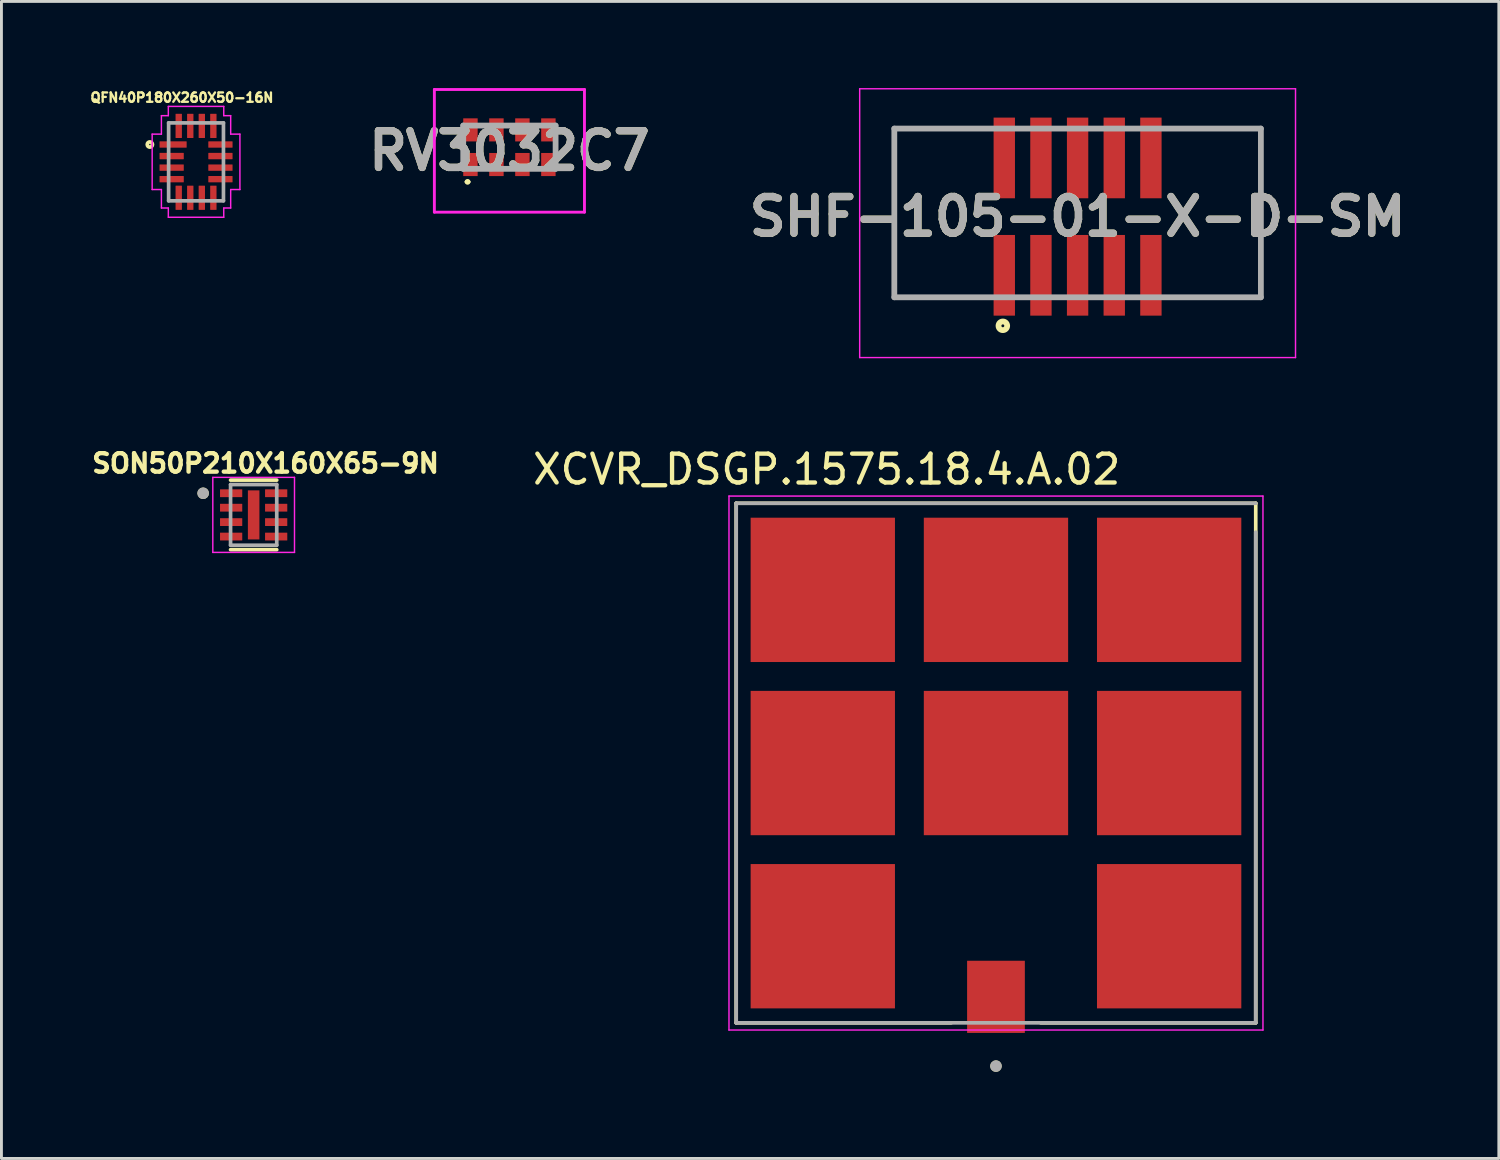
<source format=kicad_pcb>
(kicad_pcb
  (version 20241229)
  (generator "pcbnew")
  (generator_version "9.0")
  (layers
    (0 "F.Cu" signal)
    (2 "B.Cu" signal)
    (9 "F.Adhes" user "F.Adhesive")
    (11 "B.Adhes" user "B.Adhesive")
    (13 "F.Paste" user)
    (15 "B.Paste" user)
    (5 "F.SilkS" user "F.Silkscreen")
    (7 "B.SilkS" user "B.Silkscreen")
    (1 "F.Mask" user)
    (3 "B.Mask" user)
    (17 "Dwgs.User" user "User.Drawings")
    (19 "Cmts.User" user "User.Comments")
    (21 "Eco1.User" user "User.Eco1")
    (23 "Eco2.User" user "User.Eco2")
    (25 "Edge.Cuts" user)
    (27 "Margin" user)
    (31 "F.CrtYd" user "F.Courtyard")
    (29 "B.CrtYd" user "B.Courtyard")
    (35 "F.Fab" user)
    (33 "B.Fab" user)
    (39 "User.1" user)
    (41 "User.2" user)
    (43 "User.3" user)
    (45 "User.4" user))
  (footprint "RV3032C7"
    (layer "F.Cu")
    (at 14.599 2.05)
    (property "Reference" "RV3032C7" (at 0 0.125 0) (layer "F.SilkS") (effects (font (size 1.27 1.27) (thickness 0.254))))
    (attr smd)
    (fp_line (start -1.5 1.2) (end -1.5 1.2) (stroke (width 0.1) (type solid)) (layer "F.SilkS"))
    (fp_line (start -1.4 1.2) (end -1.4 1.2) (stroke (width 0.1) (type solid)) (layer "F.SilkS"))
    (fp_arc (start -1.5 1.2) (mid -1.45 1.15) (end -1.4 1.2) (stroke (width 0.1) (type solid)) (layer "F.SilkS"))
    (fp_arc (start -1.4 1.2) (mid -1.45 1.25) (end -1.5 1.2) (stroke (width 0.1) (type solid)) (layer "F.SilkS"))
    (fp_line (start -2.6 -2) (end 2.6 -2) (stroke (width 0.1) (type solid)) (layer "F.CrtYd"))
    (fp_line (start -2.6 2.25) (end -2.6 -2) (stroke (width 0.1) (type solid)) (layer "F.CrtYd"))
    (fp_line (start 2.6 -2) (end 2.6 2.25) (stroke (width 0.1) (type solid)) (layer "F.CrtYd"))
    (fp_line (start 2.6 2.25) (end -2.6 2.25) (stroke (width 0.1) (type solid)) (layer "F.CrtYd"))
    (fp_line (start -1.6 -0.75) (end 1.6 -0.75) (stroke (width 0.2) (type solid)) (layer "F.Fab"))
    (fp_line (start -1.6 0.75) (end -1.6 -0.75) (stroke (width 0.2) (type solid)) (layer "F.Fab"))
    (fp_line (start 1.6 -0.75) (end 1.6 0.75) (stroke (width 0.2) (type solid)) (layer "F.Fab"))
    (fp_line (start 1.6 0.75) (end -1.6 0.75) (stroke (width 0.2) (type solid)) (layer "F.Fab"))
    (fp_text user "${REFERENCE}" (at 0 0.125 0) (layer "F.Fab") (effects (font (size 1.27 1.27) (thickness 0.254))))
    (pad "1" smd rect (at -1.35 0.6) (size 0.5 0.8) (layers "F.Cu" "F.Mask" "F.Paste"))
    (pad "2" smd rect (at -0.45 0.6) (size 0.5 0.8) (layers "F.Cu" "F.Mask" "F.Paste"))
    (pad "3" smd rect (at 0.45 0.6) (size 0.5 0.8) (layers "F.Cu" "F.Mask" "F.Paste"))
    (pad "4" smd rect (at 1.35 0.6) (size 0.5 0.8) (layers "F.Cu" "F.Mask" "F.Paste"))
    (pad "5" smd rect (at 1.35 -0.6) (size 0.5 0.8) (layers "F.Cu" "F.Mask" "F.Paste"))
    (pad "6" smd rect (at 0.45 -0.6) (size 0.5 0.8) (layers "F.Cu" "F.Mask" "F.Paste"))
    (pad "7" smd rect (at -0.45 -0.6) (size 0.5 0.8) (layers "F.Cu" "F.Mask" "F.Paste"))
    (pad "8" smd rect (at -1.35 -0.6) (size 0.5 0.8) (layers "F.Cu" "F.Mask" "F.Paste")))
  (footprint "QFN40P180X260X50-16N"
    (layer "F.Cu")
    (at 3.742 2.557)
    (property "Reference" "QFN40P180X260X50-16N" (at -0.489 -2.226 0) (layer "F.SilkS") (effects (font (size 0.323 0.323) (thickness 0.15))))
    (attr smd)
    (fp_circle (center -1.6 -0.6) (end -1.51 -0.6) (stroke (width 0.13) (type solid)) (fill no) (layer "F.SilkS"))
    (fp_line (start -1.52 -0.96) (end -1.52 0.96) (stroke (width 0.05) (type solid)) (layer "F.CrtYd"))
    (fp_line (start -1.52 0.96) (end -1.2 0.96) (stroke (width 0.05) (type solid)) (layer "F.CrtYd"))
    (fp_line (start -1.2 -1.6) (end -1.2 -0.96) (stroke (width 0.05) (type solid)) (layer "F.CrtYd"))
    (fp_line (start -1.2 -0.96) (end -1.52 -0.96) (stroke (width 0.05) (type solid)) (layer "F.CrtYd"))
    (fp_line (start -1.2 0.96) (end -1.2 1.6) (stroke (width 0.05) (type solid)) (layer "F.CrtYd"))
    (fp_line (start -1.2 1.6) (end -0.96 1.6) (stroke (width 0.05) (type solid)) (layer "F.CrtYd"))
    (fp_line (start -0.96 -1.92) (end -0.96 -1.6) (stroke (width 0.05) (type solid)) (layer "F.CrtYd"))
    (fp_line (start -0.96 -1.6) (end -1.2 -1.6) (stroke (width 0.05) (type solid)) (layer "F.CrtYd"))
    (fp_line (start -0.96 1.6) (end -0.96 1.92) (stroke (width 0.05) (type solid)) (layer "F.CrtYd"))
    (fp_line (start -0.96 1.92) (end 0.96 1.92) (stroke (width 0.05) (type solid)) (layer "F.CrtYd"))
    (fp_line (start 0.96 -1.92) (end -0.96 -1.92) (stroke (width 0.05) (type solid)) (layer "F.CrtYd"))
    (fp_line (start 0.96 -1.6) (end 0.96 -1.92) (stroke (width 0.05) (type solid)) (layer "F.CrtYd"))
    (fp_line (start 0.96 1.6) (end 1.2 1.6) (stroke (width 0.05) (type solid)) (layer "F.CrtYd"))
    (fp_line (start 0.96 1.92) (end 0.96 1.6) (stroke (width 0.05) (type solid)) (layer "F.CrtYd"))
    (fp_line (start 1.2 -1.6) (end 0.96 -1.6) (stroke (width 0.05) (type solid)) (layer "F.CrtYd"))
    (fp_line (start 1.2 -0.96) (end 1.2 -1.6) (stroke (width 0.05) (type solid)) (layer "F.CrtYd"))
    (fp_line (start 1.2 0.96) (end 1.52 0.96) (stroke (width 0.05) (type solid)) (layer "F.CrtYd"))
    (fp_line (start 1.2 1.6) (end 1.2 0.96) (stroke (width 0.05) (type solid)) (layer "F.CrtYd"))
    (fp_line (start 1.52 -0.96) (end 1.2 -0.96) (stroke (width 0.05) (type solid)) (layer "F.CrtYd"))
    (fp_line (start 1.52 0.96) (end 1.52 -0.96) (stroke (width 0.05) (type solid)) (layer "F.CrtYd"))
    (fp_line (start -0.95 -1.35) (end -0.95 1.35) (stroke (width 0.127) (type solid)) (layer "F.Fab"))
    (fp_line (start -0.95 1.35) (end 0.95 1.35) (stroke (width 0.127) (type solid)) (layer "F.Fab"))
    (fp_line (start 0.95 -1.35) (end -0.95 -1.35) (stroke (width 0.127) (type solid)) (layer "F.Fab"))
    (fp_line (start 0.95 1.35) (end 0.95 -1.35) (stroke (width 0.127) (type solid)) (layer "F.Fab"))
    (pad "1" smd roundrect (at -0.795 -0.6) (size 0.94 0.22) (layers "F.Cu" "F.Mask" "F.Paste") (roundrect_rratio 0.06))
    (pad "2" smd roundrect (at -0.845 -0.2) (size 0.84 0.22) (layers "F.Cu" "F.Mask" "F.Paste") (roundrect_rratio 0.06))
    (pad "3" smd roundrect (at -0.845 0.2) (size 0.84 0.22) (layers "F.Cu" "F.Mask" "F.Paste") (roundrect_rratio 0.06))
    (pad "4" smd roundrect (at -0.845 0.6) (size 0.84 0.22) (layers "F.Cu" "F.Mask" "F.Paste") (roundrect_rratio 0.06))
    (pad "5" smd roundrect (at -0.6 1.245 90) (size 0.84 0.22) (layers "F.Cu" "F.Mask" "F.Paste") (roundrect_rratio 0.06))
    (pad "6" smd roundrect (at -0.2 1.245 90) (size 0.84 0.22) (layers "F.Cu" "F.Mask" "F.Paste") (roundrect_rratio 0.06))
    (pad "7" smd roundrect (at 0.2 1.245 90) (size 0.84 0.22) (layers "F.Cu" "F.Mask" "F.Paste") (roundrect_rratio 0.06))
    (pad "8" smd roundrect (at 0.6 1.245 90) (size 0.84 0.22) (layers "F.Cu" "F.Mask" "F.Paste") (roundrect_rratio 0.06))
    (pad "9" smd roundrect (at 0.845 0.6 180) (size 0.84 0.22) (layers "F.Cu" "F.Mask" "F.Paste") (roundrect_rratio 0.06))
    (pad "10" smd roundrect (at 0.845 0.2 180) (size 0.84 0.22) (layers "F.Cu" "F.Mask" "F.Paste") (roundrect_rratio 0.06))
    (pad "11" smd roundrect (at 0.845 -0.2 180) (size 0.84 0.22) (layers "F.Cu" "F.Mask" "F.Paste") (roundrect_rratio 0.06))
    (pad "12" smd roundrect (at 0.845 -0.6 180) (size 0.84 0.22) (layers "F.Cu" "F.Mask" "F.Paste") (roundrect_rratio 0.06))
    (pad "13" smd roundrect (at 0.6 -1.245 270) (size 0.84 0.22) (layers "F.Cu" "F.Mask" "F.Paste") (roundrect_rratio 0.06))
    (pad "14" smd roundrect (at 0.2 -1.245 270) (size 0.84 0.22) (layers "F.Cu" "F.Mask" "F.Paste") (roundrect_rratio 0.06))
    (pad "15" smd roundrect (at -0.2 -1.245 270) (size 0.84 0.22) (layers "F.Cu" "F.Mask" "F.Paste") (roundrect_rratio 0.06))
    (pad "16" smd roundrect (at -0.6 -1.245 270) (size 0.84 0.22) (layers "F.Cu" "F.Mask" "F.Paste") (roundrect_rratio 0.06)))
  (footprint "XCVR_DSGP.1575.18.4.A.02"
    (layer "F.Cu")
    (at 31.456 23.386)
    (property "Reference" "XCVR_DSGP.1575.18.4.A.02" (at -5.865 -10.175 0) (layer "F.SilkS") (effects (font (size 1 1) (thickness 0.15))))
    (attr smd)
    (fp_line (start -9 -9) (end 9 -9) (stroke (width 0.127) (type solid)) (layer "F.SilkS"))
    (fp_line (start -9 9) (end -9 -9) (stroke (width 0.127) (type solid)) (layer "F.SilkS"))
    (fp_line (start -1.55 9) (end -9 9) (stroke (width 0.127) (type solid)) (layer "F.SilkS"))
    (fp_line (start 9 -9) (end 9 9) (stroke (width 0.127) (type solid)) (layer "F.SilkS"))
    (fp_line (start 9 9) (end 1.55 9) (stroke (width 0.127) (type solid)) (layer "F.SilkS"))
    (fp_circle (center 0 10.5) (end 0.1 10.5) (stroke (width 0.2) (type solid)) (fill no) (layer "F.SilkS"))
    (fp_poly (pts (xy -7.9 -7.9) (xy -4.1 -7.9) (xy -4.1 -4.1) (xy -7.9 -4.1)) (stroke (width 0.01) (type solid)) (fill yes) (layer "F.Paste"))
    (fp_poly (pts (xy -7.9 -1.9) (xy -4.1 -1.9) (xy -4.1 1.9) (xy -7.9 1.9)) (stroke (width 0.01) (type solid)) (fill yes) (layer "F.Paste"))
    (fp_poly (pts (xy -7.9 4.1) (xy -4.1 4.1) (xy -4.1 7.9) (xy -7.9 7.9)) (stroke (width 0.01) (type solid)) (fill yes) (layer "F.Paste"))
    (fp_poly (pts (xy -1.9 -7.9) (xy 1.9 -7.9) (xy 1.9 -4.1) (xy -1.9 -4.1)) (stroke (width 0.01) (type solid)) (fill yes) (layer "F.Paste"))
    (fp_poly (pts (xy -1.9 -1.9) (xy 1.9 -1.9) (xy 1.9 1.9) (xy -1.9 1.9)) (stroke (width 0.01) (type solid)) (fill yes) (layer "F.Paste"))
    (fp_poly (pts (xy -0.75 7.162) (xy 0.75 7.162) (xy 0.75 9.037) (xy -0.75 9.037)) (stroke (width 0.01) (type solid)) (fill yes) (layer "F.Paste"))
    (fp_poly (pts (xy 4.1 -7.9) (xy 7.9 -7.9) (xy 7.9 -4.1) (xy 4.1 -4.1)) (stroke (width 0.01) (type solid)) (fill yes) (layer "F.Paste"))
    (fp_poly (pts (xy 4.1 -1.9) (xy 7.9 -1.9) (xy 7.9 1.9) (xy 4.1 1.9)) (stroke (width 0.01) (type solid)) (fill yes) (layer "F.Paste"))
    (fp_poly (pts (xy 4.1 4.1) (xy 7.9 4.1) (xy 7.9 7.9) (xy 4.1 7.9)) (stroke (width 0.01) (type solid)) (fill yes) (layer "F.Paste"))
    (fp_line (start -9.25 -9.25) (end -9.25 9.25) (stroke (width 0.05) (type solid)) (layer "F.CrtYd"))
    (fp_line (start -9.25 -9.25) (end 9.25 -9.25) (stroke (width 0.05) (type solid)) (layer "F.CrtYd"))
    (fp_line (start 9.25 -9.25) (end 9.25 9.25) (stroke (width 0.05) (type solid)) (layer "F.CrtYd"))
    (fp_line (start 9.25 9.25) (end -9.25 9.25) (stroke (width 0.05) (type solid)) (layer "F.CrtYd"))
    (fp_line (start -9 -9) (end 9 -9) (stroke (width 0.127) (type solid)) (layer "F.Fab"))
    (fp_line (start -9 9) (end -9 -9) (stroke (width 0.127) (type solid)) (layer "F.Fab"))
    (fp_line (start 9 -8) (end 9 9) (stroke (width 0.127) (type solid)) (layer "F.Fab"))
    (fp_line (start 9 9) (end -9 9) (stroke (width 0.127) (type solid)) (layer "F.Fab"))
    (fp_circle (center 0 10.5) (end 0.1 10.5) (stroke (width 0.2) (type solid)) (fill no) (layer "F.Fab"))
    (pad "1" smd rect (at 0 8.1) (size 2 2.5) (layers "F.Cu" "F.Mask"))
    (pad "2" smd rect (at -6 6) (size 5 5) (layers "F.Cu" "F.Mask"))
    (pad "3" smd rect (at -6 0) (size 5 5) (layers "F.Cu" "F.Mask"))
    (pad "4" smd rect (at -6 -6) (size 5 5) (layers "F.Cu" "F.Mask"))
    (pad "5" smd rect (at 0 0) (size 5 5) (layers "F.Cu" "F.Mask"))
    (pad "6" smd rect (at 0 -6) (size 5 5) (layers "F.Cu" "F.Mask"))
    (pad "7" smd rect (at 6 6) (size 5 5) (layers "F.Cu" "F.Mask"))
    (pad "8" smd rect (at 6 0) (size 5 5) (layers "F.Cu" "F.Mask"))
    (pad "9" smd rect (at 6 -6) (size 5 5) (layers "F.Cu" "F.Mask"))
    (zone (net_name "") (layer "F.Cu") (hatch full 0.508) (connect_pads) (min_thickness 0.01) (filled_areas_thickness no) (keepout (tracks not_allowed) (vias not_allowed) (pads not_allowed) (copperpour not_allowed) (footprints allowed)) (placement (enabled no)) (fill) (polygon (pts (xy 30.456 33.236) (xy 29.456 33.236) (xy 29.456 29.736) (xy 33.456 29.736) (xy 33.456 33.236) (xy 32.456 33.236) (xy 32.456 30.236) (xy 30.456 30.236))))
    (zone (net_name "") (layers "F.Cu" "B.Cu") (hatch full 0.508) (connect_pads) (min_thickness 0.01) (filled_areas_thickness no) (keepout (tracks allowed) (vias not_allowed) (pads allowed) (copperpour allowed) (footprints allowed)) (placement (enabled no)) (fill) (polygon (pts (xy 30.456 33.236) (xy 29.456 33.236) (xy 29.456 29.736) (xy 33.456 29.736) (xy 33.456 33.236) (xy 32.456 33.236) (xy 32.456 30.236) (xy 30.456 30.236))))
    (zone (net_name "") (layer "B.Cu") (hatch full 0.508) (connect_pads) (min_thickness 0.01) (filled_areas_thickness no) (keepout (tracks not_allowed) (vias not_allowed) (pads not_allowed) (copperpour not_allowed) (footprints allowed)) (placement (enabled no)) (fill) (polygon (pts (xy 30.456 33.236) (xy 29.456 33.236) (xy 29.456 29.736) (xy 33.456 29.736) (xy 33.456 33.236) (xy 32.456 33.236) (xy 32.456 30.236) (xy 30.456 30.236)))))
  (footprint "SON50P210X160X65-9N"
    (layer "F.Cu")
    (at 5.738 14.789)
    (property "Reference" "SON50P210X160X65-9N" (at 0.412 -1.788 0) (layer "F.SilkS") (effects (font (size 0.64 0.64) (thickness 0.15))))
    (attr smd)
    (fp_line (start -0.8 -1.205) (end 0.8 -1.205) (stroke (width 0.127) (type solid)) (layer "F.SilkS"))
    (fp_line (start -0.8 1.205) (end 0.8 1.205) (stroke (width 0.127) (type solid)) (layer "F.SilkS"))
    (fp_circle (center -1.75 -0.75) (end -1.65 -0.75) (stroke (width 0.2) (type solid)) (fill no) (layer "F.SilkS"))
    (fp_poly (pts (xy -0.13 -0.54) (xy 0.13 -0.54) (xy 0.13 0.54) (xy -0.13 0.54)) (stroke (width 0.01) (type solid)) (fill yes) (layer "F.Paste"))
    (fp_line (start -1.415 -1.3) (end -1.415 1.3) (stroke (width 0.05) (type solid)) (layer "F.CrtYd"))
    (fp_line (start -1.415 -1.3) (end 1.415 -1.3) (stroke (width 0.05) (type solid)) (layer "F.CrtYd"))
    (fp_line (start -1.415 1.3) (end 1.415 1.3) (stroke (width 0.05) (type solid)) (layer "F.CrtYd"))
    (fp_line (start 1.415 -1.3) (end 1.415 1.3) (stroke (width 0.05) (type solid)) (layer "F.CrtYd"))
    (fp_line (start -0.8 -1.05) (end -0.8 1.05) (stroke (width 0.127) (type solid)) (layer "F.Fab"))
    (fp_line (start -0.8 -1.05) (end 0.8 -1.05) (stroke (width 0.127) (type solid)) (layer "F.Fab"))
    (fp_line (start -0.8 1.05) (end 0.8 1.05) (stroke (width 0.127) (type solid)) (layer "F.Fab"))
    (fp_line (start 0.8 -1.05) (end 0.8 1.05) (stroke (width 0.127) (type solid)) (layer "F.Fab"))
    (fp_circle (center -1.75 -0.75) (end -1.65 -0.75) (stroke (width 0.2) (type solid)) (fill no) (layer "F.Fab"))
    (pad "1" smd roundrect (at -0.78 -0.75) (size 0.77 0.27) (layers "F.Cu" "F.Mask" "F.Paste") (roundrect_rratio 0.03))
    (pad "2" smd roundrect (at -0.78 -0.25) (size 0.77 0.27) (layers "F.Cu" "F.Mask" "F.Paste") (roundrect_rratio 0.03))
    (pad "3" smd roundrect (at -0.78 0.25) (size 0.77 0.27) (layers "F.Cu" "F.Mask" "F.Paste") (roundrect_rratio 0.03))
    (pad "4" smd roundrect (at -0.78 0.75) (size 0.77 0.27) (layers "F.Cu" "F.Mask" "F.Paste") (roundrect_rratio 0.03))
    (pad "5" smd roundrect (at 0.78 0.75) (size 0.77 0.27) (layers "F.Cu" "F.Mask" "F.Paste") (roundrect_rratio 0.03))
    (pad "6" smd roundrect (at 0.78 0.25) (size 0.77 0.27) (layers "F.Cu" "F.Mask" "F.Paste") (roundrect_rratio 0.03))
    (pad "7" smd roundrect (at 0.78 -0.25) (size 0.77 0.27) (layers "F.Cu" "F.Mask" "F.Paste") (roundrect_rratio 0.03))
    (pad "8" smd roundrect (at 0.78 -0.75) (size 0.77 0.27) (layers "F.Cu" "F.Mask" "F.Paste") (roundrect_rratio 0.03))
    (pad "9" smd rect (at 0 0) (size 0.4 1.7) (layers "F.Cu" "F.Mask")))
  (footprint "SHF-105-01-X-D-SM"
    (layer "F.Cu")
    (at 34.284 4.455)
    (property "Reference" "SHF-105-01-X-D-SM" (at 0 0 0) (layer "F.SilkS") (effects (font (size 1.27 1.27) (thickness 0.254))))
    (attr smd)
    (fp_line (start -6.35 2.795) (end -6.35 -3.05) (stroke (width 0.1) (type solid)) (layer "F.SilkS"))
    (fp_line (start 6.35 -3.05) (end 6.35 2.795) (stroke (width 0.1) (type solid)) (layer "F.SilkS"))
    (fp_circle (center -2.59 3.783) (end -2.59 3.833) (stroke (width 0.2) (type solid)) (fill no) (layer "F.SilkS"))
    (fp_line (start -7.55 -4.43) (end 7.55 -4.43) (stroke (width 0.05) (type solid)) (layer "F.CrtYd"))
    (fp_line (start -7.55 4.883) (end -7.55 -4.43) (stroke (width 0.05) (type solid)) (layer "F.CrtYd"))
    (fp_line (start 7.55 -4.43) (end 7.55 4.883) (stroke (width 0.05) (type solid)) (layer "F.CrtYd"))
    (fp_line (start 7.55 4.883) (end -7.55 4.883) (stroke (width 0.05) (type solid)) (layer "F.CrtYd"))
    (fp_line (start -6.35 -3.05) (end 6.35 -3.05) (stroke (width 0.2) (type solid)) (layer "F.Fab"))
    (fp_line (start -6.35 2.795) (end -6.35 -3.05) (stroke (width 0.2) (type solid)) (layer "F.Fab"))
    (fp_line (start 6.35 -3.05) (end 6.35 2.795) (stroke (width 0.2) (type solid)) (layer "F.Fab"))
    (fp_line (start 6.35 2.795) (end -6.35 2.795) (stroke (width 0.2) (type solid)) (layer "F.Fab"))
    (fp_text user "${REFERENCE}" (at 0 0 0) (layer "F.Fab") (effects (font (size 1.27 1.27) (thickness 0.254))))
    (pad "1" smd rect (at -2.54 2.033) (size 0.74 2.795) (layers "F.Cu" "F.Mask" "F.Paste"))
    (pad "2" smd rect (at -2.54 -2.033) (size 0.74 2.795) (layers "F.Cu" "F.Mask" "F.Paste"))
    (pad "3" smd rect (at -1.27 2.033) (size 0.74 2.795) (layers "F.Cu" "F.Mask" "F.Paste"))
    (pad "4" smd rect (at -1.27 -2.033) (size 0.74 2.795) (layers "F.Cu" "F.Mask" "F.Paste"))
    (pad "5" smd rect (at 0 2.033) (size 0.74 2.795) (layers "F.Cu" "F.Mask" "F.Paste"))
    (pad "6" smd rect (at 0 -2.033) (size 0.74 2.795) (layers "F.Cu" "F.Mask" "F.Paste"))
    (pad "7" smd rect (at 1.27 2.033) (size 0.74 2.795) (layers "F.Cu" "F.Mask" "F.Paste"))
    (pad "8" smd rect (at 1.27 -2.033) (size 0.74 2.795) (layers "F.Cu" "F.Mask" "F.Paste"))
    (pad "9" smd rect (at 2.54 2.033) (size 0.74 2.795) (layers "F.Cu" "F.Mask" "F.Paste"))
    (pad "10" smd rect (at 2.54 -2.033) (size 0.74 2.795) (layers "F.Cu" "F.Mask" "F.Paste")))
  (gr_rect
    (start -3 -3)
    (end 48.878 37.086)
    (stroke (width 0.1) (type default))
    (fill no)
    (layer "Edge.Cuts")))
</source>
